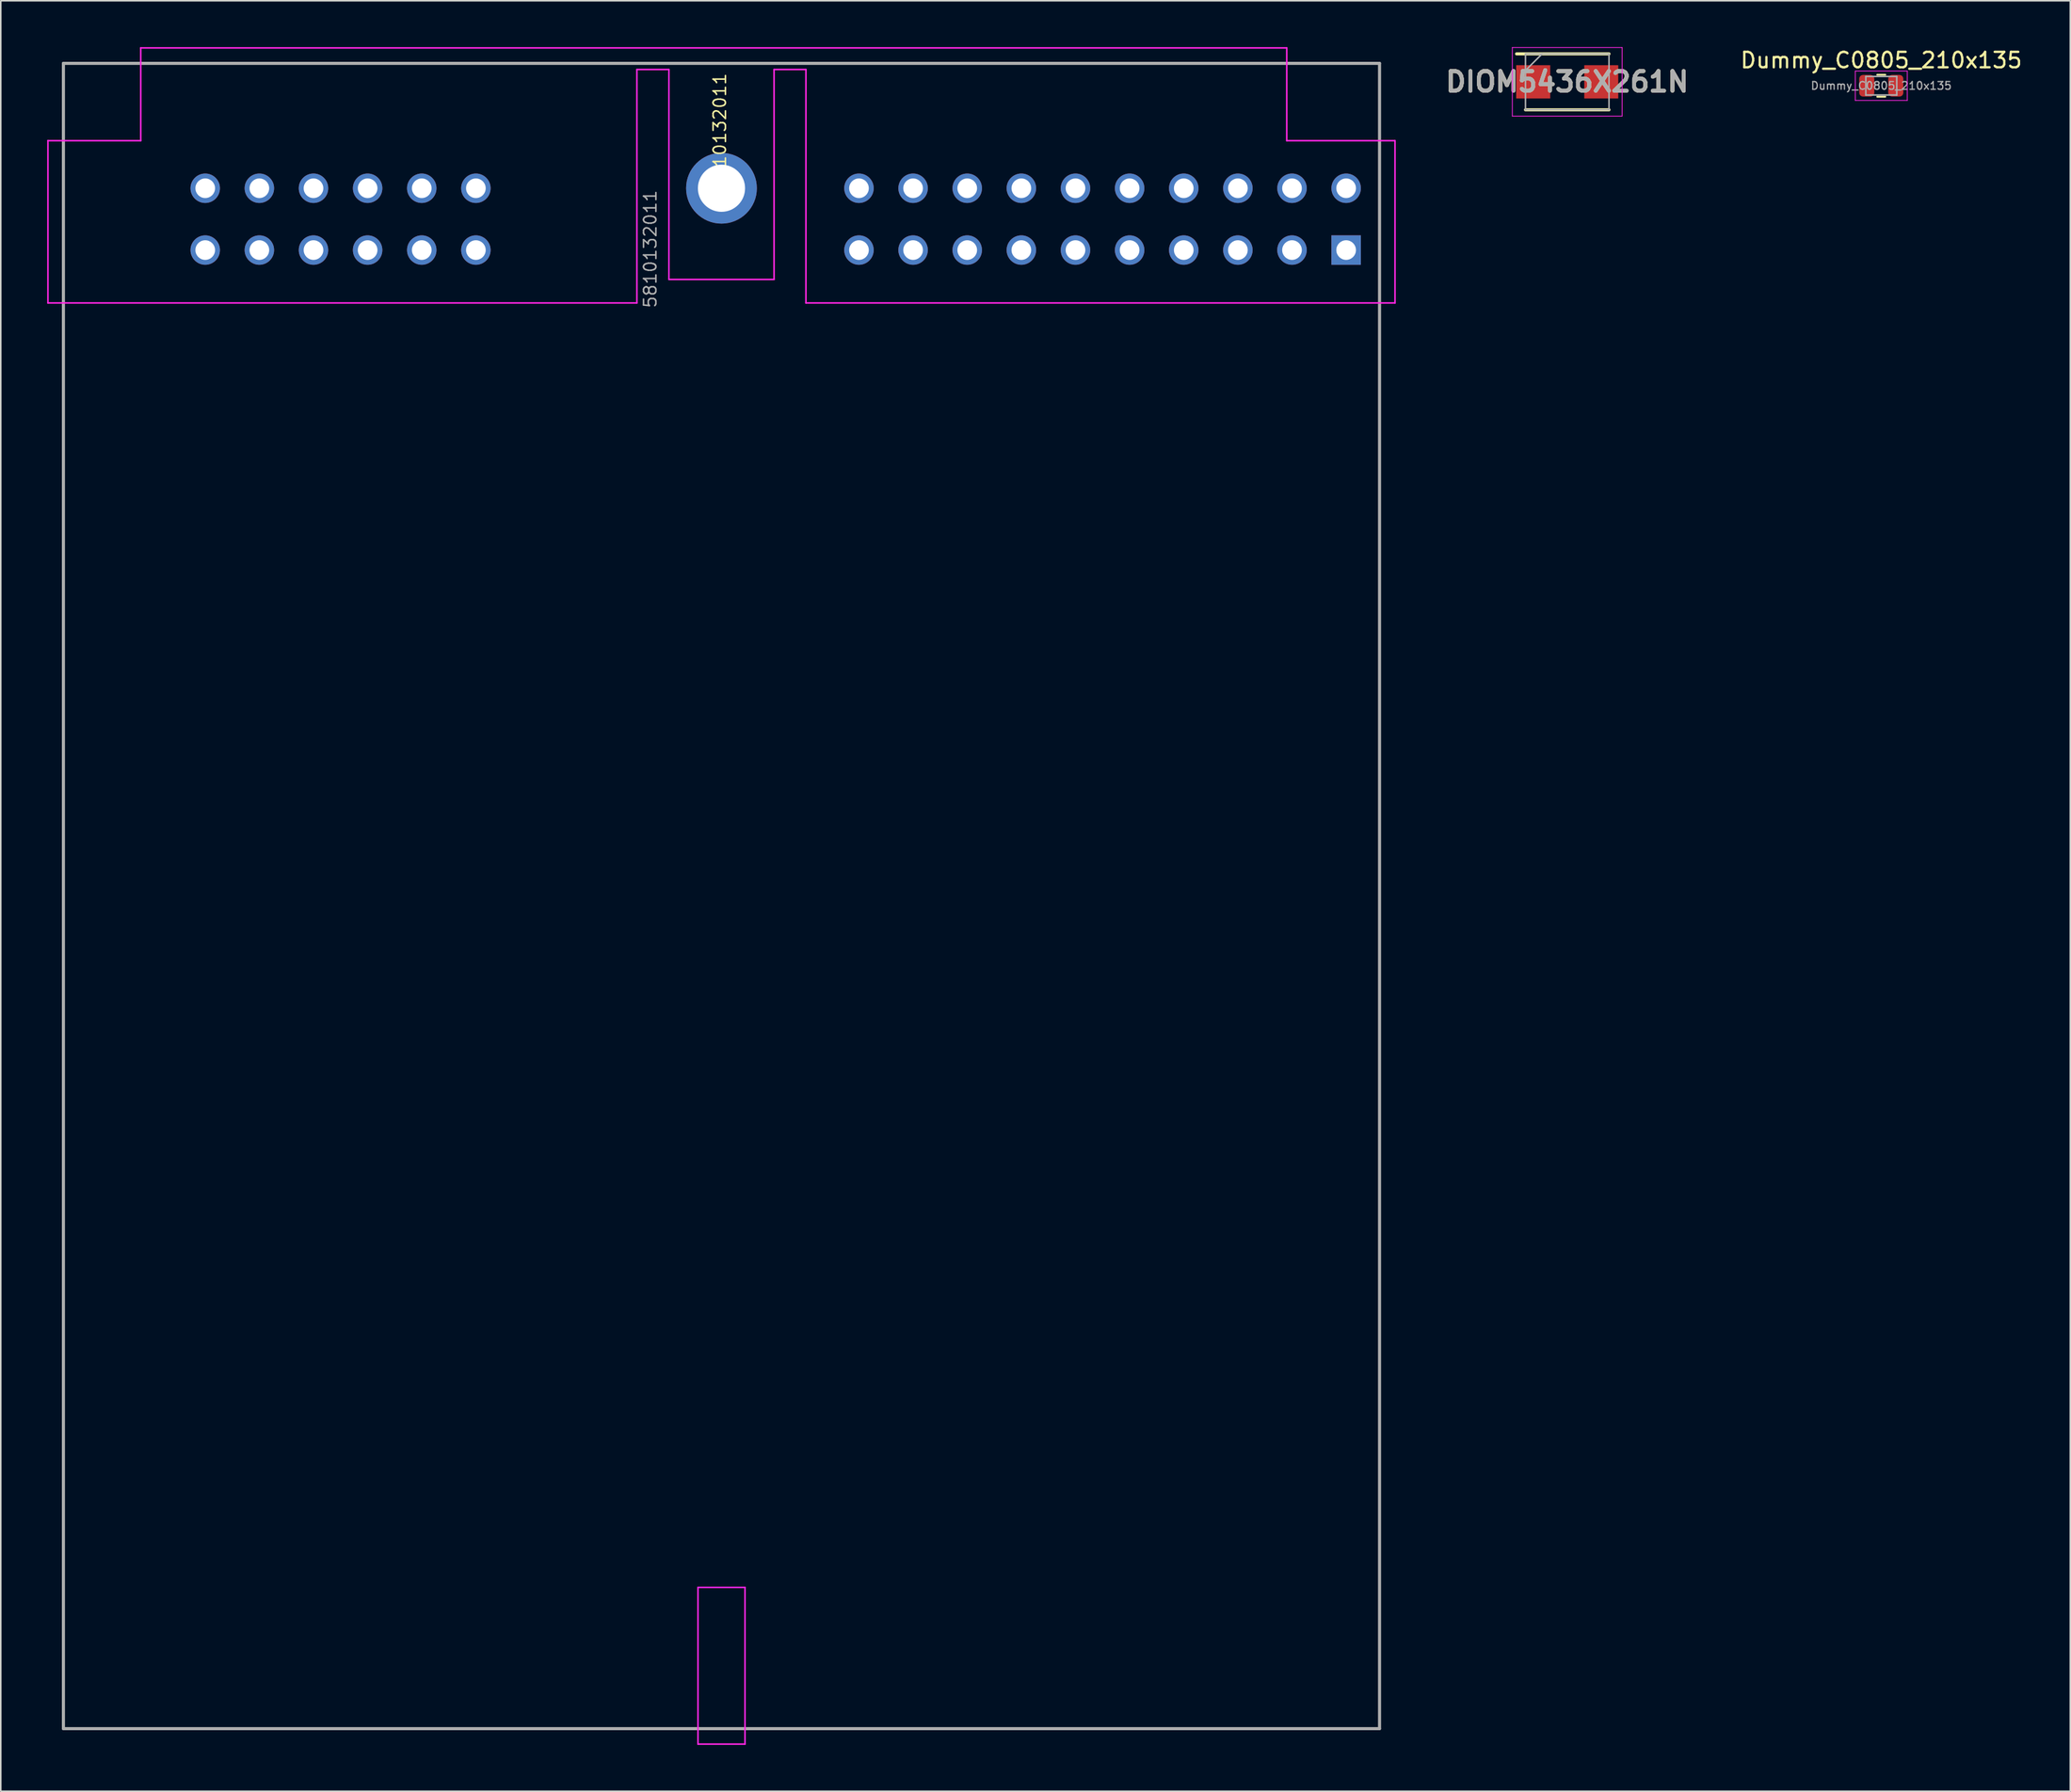
<source format=kicad_pcb>
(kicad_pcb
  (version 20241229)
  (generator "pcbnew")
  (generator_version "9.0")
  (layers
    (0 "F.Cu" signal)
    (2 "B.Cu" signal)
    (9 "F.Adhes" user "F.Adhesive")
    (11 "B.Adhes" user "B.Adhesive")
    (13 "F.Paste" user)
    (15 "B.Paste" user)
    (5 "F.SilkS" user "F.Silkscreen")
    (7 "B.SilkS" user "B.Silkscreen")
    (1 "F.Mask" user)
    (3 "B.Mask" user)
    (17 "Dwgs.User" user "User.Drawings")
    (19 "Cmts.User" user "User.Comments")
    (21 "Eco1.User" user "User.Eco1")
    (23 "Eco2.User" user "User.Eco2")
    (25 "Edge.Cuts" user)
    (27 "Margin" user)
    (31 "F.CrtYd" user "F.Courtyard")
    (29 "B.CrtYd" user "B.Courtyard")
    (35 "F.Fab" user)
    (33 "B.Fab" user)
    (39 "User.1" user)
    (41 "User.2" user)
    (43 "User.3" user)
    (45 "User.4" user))
  (footprint "5810132011"
    (layer "F.Cu")
    (at 43.6 9.131)
    (property "Reference" "5810132011" (at -0.109 -3.635 270) (layer "F.SilkS") (effects (font (size 0.8 0.8) (thickness 0.1))))
    (attr through_hole)
    (fp_line (start -42.55 -8.08) (end 42.55 -8.08) (stroke (width 0.1) (type solid)) (layer "F.SilkS"))
    (fp_line (start -42.55 99.67) (end -42.55 -8.08) (stroke (width 0.1) (type solid)) (layer "F.SilkS"))
    (fp_line (start 42.55 -8.08) (end 42.55 99.67) (stroke (width 0.1) (type solid)) (layer "F.SilkS"))
    (fp_line (start 42.55 99.67) (end -42.55 99.67) (stroke (width 0.1) (type solid)) (layer "F.SilkS"))
    (fp_line (start -42.55 14.31) (end -38.1 14.31) (stroke (width 0.1) (type solid)) (layer "Eco1.User"))
    (fp_line (start -38.1 99.67) (end -38.1 14.31) (stroke (width 0.1) (type solid)) (layer "Eco1.User"))
    (fp_line (start 38.1 14.31) (end 42.55 14.31) (stroke (width 0.1) (type solid)) (layer "Eco1.User"))
    (fp_line (start 38.1 99.67) (end 38.1 14.31) (stroke (width 0.1) (type solid)) (layer "Eco1.User"))
    (fp_line (start -43.55 -3.08) (end -43.55 7.42) (stroke (width 0.1) (type solid)) (layer "F.CrtYd"))
    (fp_line (start -43.55 -3.08) (end -37.55 -3.08) (stroke (width 0.1) (type solid)) (layer "F.CrtYd"))
    (fp_line (start -43.55 7.42) (end -5.47 7.42) (stroke (width 0.1) (type solid)) (layer "F.CrtYd"))
    (fp_line (start -37.55 -9.08) (end -37.55 -3.08) (stroke (width 0.1) (type solid)) (layer "F.CrtYd"))
    (fp_line (start -37.55 -9.08) (end 36.55 -9.08) (stroke (width 0.1) (type solid)) (layer "F.CrtYd"))
    (fp_line (start -5.47 -7.684) (end -5.47 7.42) (stroke (width 0.1) (type solid)) (layer "F.CrtYd"))
    (fp_line (start -5.47 -7.684) (end -3.4 -7.684) (stroke (width 0.1) (type solid)) (layer "F.CrtYd"))
    (fp_line (start -3.4 -7.684) (end -3.4 5.9) (stroke (width 0.1) (type solid)) (layer "F.CrtYd"))
    (fp_line (start -3.4 5.9) (end 3.4 5.9) (stroke (width 0.1) (type solid)) (layer "F.CrtYd"))
    (fp_line (start -1.52 90.53) (end -1.52 100.67) (stroke (width 0.1) (type solid)) (layer "F.CrtYd"))
    (fp_line (start -1.52 90.53) (end 1.52 90.53) (stroke (width 0.1) (type solid)) (layer "F.CrtYd"))
    (fp_line (start -1.52 100.67) (end 1.52 100.67) (stroke (width 0.1) (type solid)) (layer "F.CrtYd"))
    (fp_line (start 1.52 90.53) (end 1.52 100.67) (stroke (width 0.1) (type solid)) (layer "F.CrtYd"))
    (fp_line (start 3.4 -7.684) (end 3.4 5.9) (stroke (width 0.1) (type solid)) (layer "F.CrtYd"))
    (fp_line (start 3.4 -7.684) (end 5.46 -7.684) (stroke (width 0.1) (type solid)) (layer "F.CrtYd"))
    (fp_line (start 5.46 -7.684) (end 5.46 7.42) (stroke (width 0.1) (type solid)) (layer "F.CrtYd"))
    (fp_line (start 5.46 7.42) (end 43.55 7.42) (stroke (width 0.1) (type solid)) (layer "F.CrtYd"))
    (fp_line (start 36.55 -9.081) (end 36.55 -3.081) (stroke (width 0.1) (type solid)) (layer "F.CrtYd"))
    (fp_line (start 36.55 -3.08) (end 43.532 -3.08) (stroke (width 0.1) (type solid)) (layer "F.CrtYd"))
    (fp_line (start 43.55 -3.08) (end 43.55 7.42) (stroke (width 0.1) (type solid)) (layer "F.CrtYd"))
    (fp_line (start -42.55 -8.08) (end -42.55 99.67) (stroke (width 0.2) (type solid)) (layer "F.Fab"))
    (fp_line (start -42.55 99.67) (end 42.55 99.67) (stroke (width 0.2) (type solid)) (layer "F.Fab"))
    (fp_line (start 42.55 -8.08) (end -42.55 -8.08) (stroke (width 0.2) (type solid)) (layer "F.Fab"))
    (fp_line (start 42.55 99.67) (end 42.55 -8.08) (stroke (width 0.2) (type solid)) (layer "F.Fab"))
    (fp_text user "${REFERENCE}" (at -4.605 3.934 270) (layer "F.Fab") (effects (font (size 0.8 0.8) (thickness 0.1))))
    (pad "A1" thru_hole rect (at 40.39 4) (size 1.905 1.905) (drill 1.27) (layers "*.Cu" "*.Mask"))
    (pad "A2" thru_hole circle (at 36.89 4) (size 1.905 1.905) (drill 1.27) (layers "*.Cu" "*.Mask"))
    (pad "A3" thru_hole circle (at 33.39 4) (size 1.905 1.905) (drill 1.27) (layers "*.Cu" "*.Mask"))
    (pad "A4" thru_hole circle (at 29.89 4) (size 1.905 1.905) (drill 1.27) (layers "*.Cu" "*.Mask"))
    (pad "A5" thru_hole circle (at 26.39 4) (size 1.905 1.905) (drill 1.27) (layers "*.Cu" "*.Mask"))
    (pad "A6" thru_hole circle (at 22.89 4) (size 1.905 1.905) (drill 1.27) (layers "*.Cu" "*.Mask"))
    (pad "A7" thru_hole circle (at 19.39 4) (size 1.905 1.905) (drill 1.27) (layers "*.Cu" "*.Mask"))
    (pad "A8" thru_hole circle (at 15.89 4) (size 1.905 1.905) (drill 1.27) (layers "*.Cu" "*.Mask"))
    (pad "A9" thru_hole circle (at 12.39 4) (size 1.905 1.905) (drill 1.27) (layers "*.Cu" "*.Mask"))
    (pad "A10" thru_hole circle (at 8.89 4) (size 1.905 1.905) (drill 1.27) (layers "*.Cu" "*.Mask"))
    (pad "A11" thru_hole circle (at 40.39 0) (size 1.905 1.905) (drill 1.27) (layers "*.Cu" "*.Mask"))
    (pad "A12" thru_hole circle (at 36.89 0) (size 1.905 1.905) (drill 1.27) (layers "*.Cu" "*.Mask"))
    (pad "A13" thru_hole circle (at 33.39 0) (size 1.905 1.905) (drill 1.27) (layers "*.Cu" "*.Mask"))
    (pad "A14" thru_hole circle (at 29.89 0) (size 1.905 1.905) (drill 1.27) (layers "*.Cu" "*.Mask"))
    (pad "A15" thru_hole circle (at 26.39 0) (size 1.905 1.905) (drill 1.27) (layers "*.Cu" "*.Mask"))
    (pad "A16" thru_hole circle (at 22.89 0) (size 1.905 1.905) (drill 1.27) (layers "*.Cu" "*.Mask"))
    (pad "A17" thru_hole circle (at 19.39 0) (size 1.905 1.905) (drill 1.27) (layers "*.Cu" "*.Mask"))
    (pad "A18" thru_hole circle (at 15.89 0) (size 1.905 1.905) (drill 1.27) (layers "*.Cu" "*.Mask"))
    (pad "A19" thru_hole circle (at 12.39 0) (size 1.905 1.905) (drill 1.27) (layers "*.Cu" "*.Mask"))
    (pad "A20" thru_hole circle (at 8.89 0) (size 1.905 1.905) (drill 1.27) (layers "*.Cu" "*.Mask"))
    (pad "B1" thru_hole circle (at -15.88 4) (size 1.905 1.905) (drill 1.27) (layers "*.Cu" "*.Mask"))
    (pad "B2" thru_hole circle (at -19.38 4) (size 1.905 1.905) (drill 1.27) (layers "*.Cu" "*.Mask"))
    (pad "B3" thru_hole circle (at -22.88 4) (size 1.905 1.905) (drill 1.27) (layers "*.Cu" "*.Mask"))
    (pad "B4" thru_hole circle (at -26.38 4) (size 1.905 1.905) (drill 1.27) (layers "*.Cu" "*.Mask"))
    (pad "B5" thru_hole circle (at -29.88 4) (size 1.905 1.905) (drill 1.27) (layers "*.Cu" "*.Mask"))
    (pad "B6" thru_hole circle (at -33.38 4) (size 1.905 1.905) (drill 1.27) (layers "*.Cu" "*.Mask"))
    (pad "B7" thru_hole circle (at -15.88 0) (size 1.905 1.905) (drill 1.27) (layers "*.Cu" "*.Mask"))
    (pad "B8" thru_hole circle (at -19.38 0) (size 1.905 1.905) (drill 1.27) (layers "*.Cu" "*.Mask"))
    (pad "B9" thru_hole circle (at -22.88 0) (size 1.905 1.905) (drill 1.27) (layers "*.Cu" "*.Mask"))
    (pad "B10" thru_hole circle (at -26.38 0) (size 1.905 1.905) (drill 1.27) (layers "*.Cu" "*.Mask"))
    (pad "B11" thru_hole circle (at -29.88 0) (size 1.905 1.905) (drill 1.27) (layers "*.Cu" "*.Mask"))
    (pad "B12" thru_hole circle (at -33.38 0) (size 1.905 1.905) (drill 1.27) (layers "*.Cu" "*.Mask"))
    (pad "MH1" thru_hole circle (at 0 0) (size 4.575 4.575) (drill 3.05) (layers "*.Cu" "*.Mask")))
  (footprint "DIOM5436X261N"
    (layer "F.Cu")
    (at 98.286 2.245)
    (property "Reference" "DIOM5436X261N" (at 0 0 0) (layer "F.SilkS") (effects (font (size 1.27 1.27) (thickness 0.254))))
    (attr smd)
    (fp_line (start -2.7 1.81) (end 2.7 1.81) (stroke (width 0.2) (type solid)) (layer "F.SilkS"))
    (fp_line (start 2.7 -1.81) (end -3.275 -1.81) (stroke (width 0.2) (type solid)) (layer "F.SilkS"))
    (fp_line (start -3.55 -2.22) (end 3.55 -2.22) (stroke (width 0.05) (type solid)) (layer "F.CrtYd"))
    (fp_line (start -3.55 2.22) (end -3.55 -2.22) (stroke (width 0.05) (type solid)) (layer "F.CrtYd"))
    (fp_line (start 3.55 -2.22) (end 3.55 2.22) (stroke (width 0.05) (type solid)) (layer "F.CrtYd"))
    (fp_line (start 3.55 2.22) (end -3.55 2.22) (stroke (width 0.05) (type solid)) (layer "F.CrtYd"))
    (fp_line (start -2.7 -1.81) (end 2.7 -1.81) (stroke (width 0.1) (type solid)) (layer "F.Fab"))
    (fp_line (start -2.7 -0.735) (end -1.625 -1.81) (stroke (width 0.1) (type solid)) (layer "F.Fab"))
    (fp_line (start -2.7 1.81) (end -2.7 -1.81) (stroke (width 0.1) (type solid)) (layer "F.Fab"))
    (fp_line (start 2.7 -1.81) (end 2.7 1.81) (stroke (width 0.1) (type solid)) (layer "F.Fab"))
    (fp_line (start 2.7 1.81) (end -2.7 1.81) (stroke (width 0.1) (type solid)) (layer "F.Fab"))
    (fp_text user "${REFERENCE}" (at 0 0 0) (layer "F.Fab") (effects (font (size 1.27 1.27) (thickness 0.254))))
    (pad "1" smd rect (at -2.2 0 90) (size 2.15 2.2) (layers "F.Cu" "F.Mask" "F.Paste"))
    (pad "2" smd rect (at 2.2 0 90) (size 2.15 2.2) (layers "F.Cu" "F.Mask" "F.Paste")))
  (footprint "Dummy_C0805_210x135"
    (layer "F.Cu")
    (at 118.592 2.498)
    (property "Reference" "Dummy_C0805_210x135" (at 0 -1.65 0) (layer "F.SilkS") (effects (font (size 1 1) (thickness 0.15))))
    (attr smd)
    (fp_line (start -0.259 -0.71) (end 0.259 -0.71) (stroke (width 0.12) (type solid)) (layer "F.SilkS"))
    (fp_line (start -0.259 0.71) (end 0.259 0.71) (stroke (width 0.12) (type solid)) (layer "F.SilkS"))
    (fp_poly (pts (xy 1.4 0.7) (xy -1.4 0.7) (xy -1.4 -0.7) (xy 1.4 -0.7)) (stroke (width 0.1) (type solid)) (fill yes) (layer "F.Paste"))
    (fp_line (start -1.68 -0.95) (end 1.68 -0.95) (stroke (width 0.05) (type solid)) (layer "F.CrtYd"))
    (fp_line (start -1.68 0.95) (end -1.68 -0.95) (stroke (width 0.05) (type solid)) (layer "F.CrtYd"))
    (fp_line (start 1.68 -0.95) (end 1.68 0.95) (stroke (width 0.05) (type solid)) (layer "F.CrtYd"))
    (fp_line (start 1.68 0.95) (end -1.68 0.95) (stroke (width 0.05) (type solid)) (layer "F.CrtYd"))
    (fp_line (start -1 -0.6) (end 1 -0.6) (stroke (width 0.1) (type solid)) (layer "F.Fab"))
    (fp_line (start -1 0.6) (end -1 -0.6) (stroke (width 0.1) (type solid)) (layer "F.Fab"))
    (fp_line (start 1 -0.6) (end 1 0.6) (stroke (width 0.1) (type solid)) (layer "F.Fab"))
    (fp_line (start 1 0.6) (end -1 0.6) (stroke (width 0.1) (type solid)) (layer "F.Fab"))
    (fp_text user "${REFERENCE}" (at 0 0 0) (layer "F.Fab") (effects (font (size 0.5 0.5) (thickness 0.08))))
    (pad "1" smd roundrect (at -0.938 0) (size 0.975 1.4) (layers "F.Cu" "F.Mask" "F.Paste") (roundrect_rratio 0.25))
    (pad "2" smd roundrect (at 0.938 0) (size 0.975 1.4) (layers "F.Cu" "F.Mask" "F.Paste") (roundrect_rratio 0.25)))
  (gr_rect
    (start -3 -3)
    (end 130.812 112.851)
    (stroke (width 0.1) (type default))
    (fill no)
    (layer "Edge.Cuts")))
</source>
